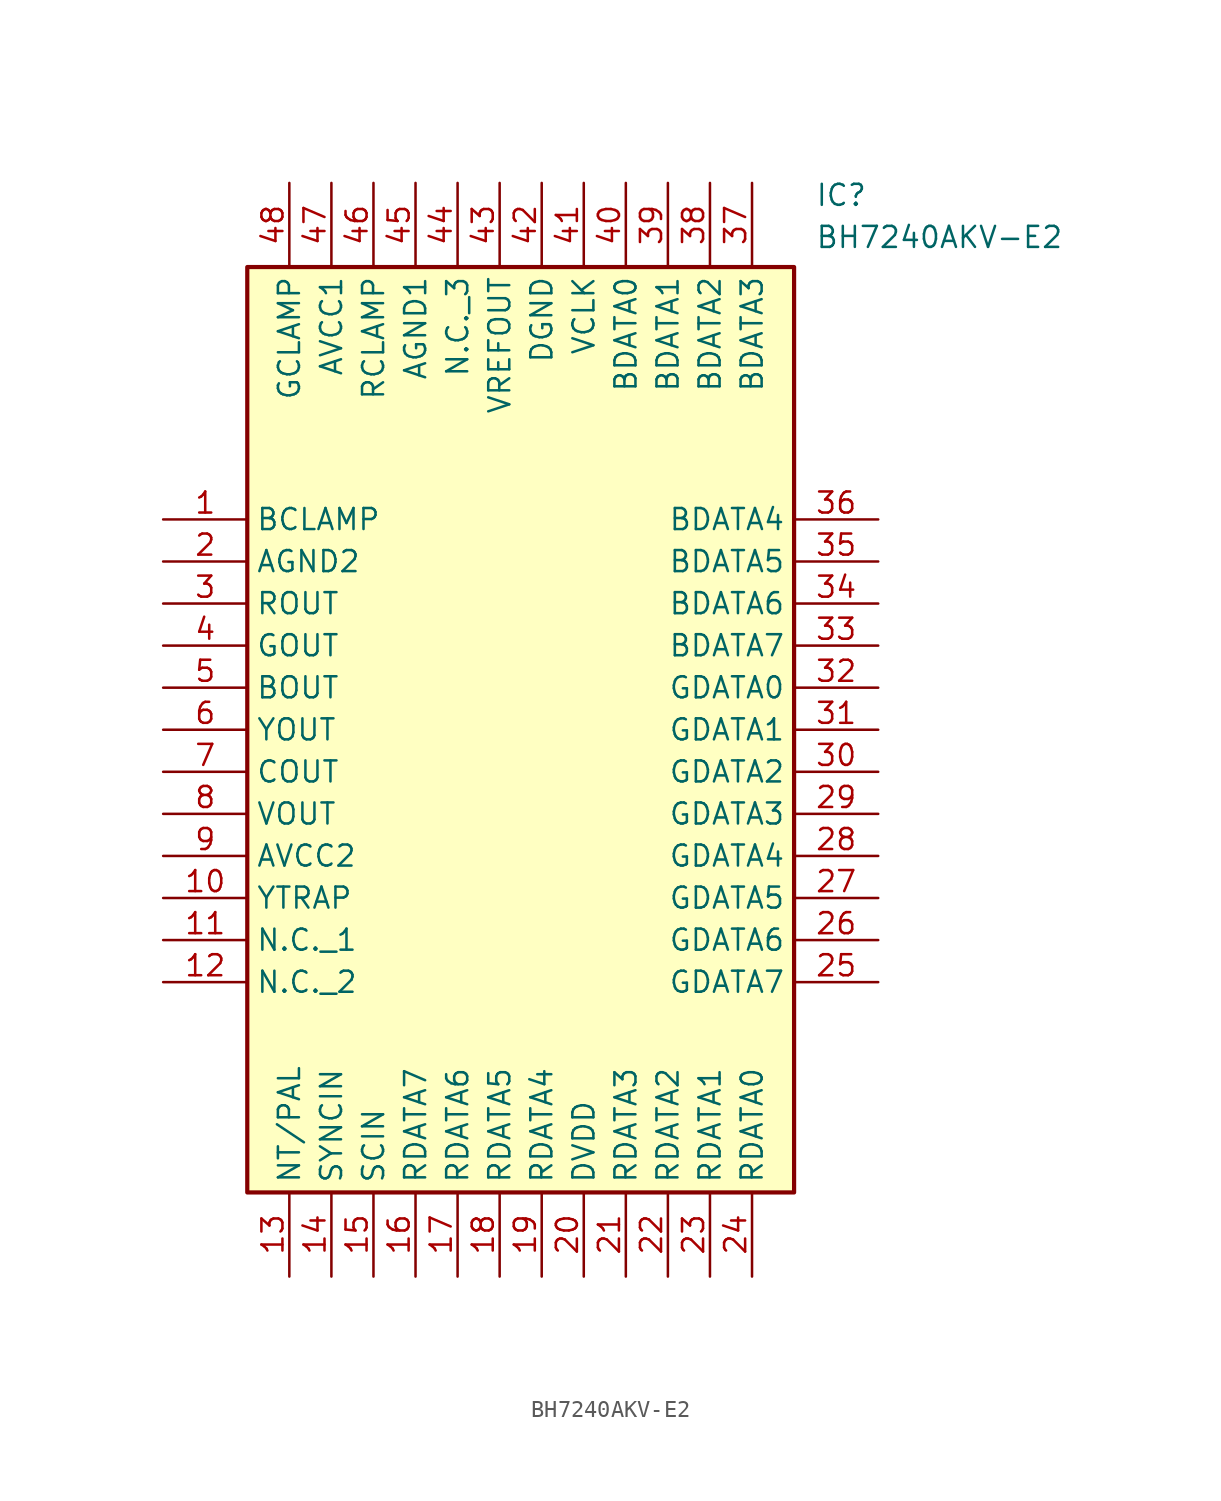
<source format=kicad_sym>
(kicad_symbol_lib
  (version 20211014)
  (generator SamacSys_ECAD_Model)
  (symbol "BH7240AKV-E2"
    (property "Reference" "IC"
      (at 39.37 20.32 0)
      (effects (font (size 1.27 1.27)) (justify left top)))
    (property "Value" "BH7240AKV-E2"
      (at 39.37 17.78 0)
      (effects (font (size 1.27 1.27)) (justify left top)))
    (rectangle
      (start 5.08 15.24)
      (end 38.1 -40.64)
      (stroke (width 0.254) (type default))
      (fill (type background)))
    (pin passive line
      (at 0 0 0)
      (length 5.08)
      (name "BCLAMP" (effects (font (size 1.27 1.27))))
      (number "1" (effects (font (size 1.27 1.27)))))
    (pin passive line
      (at 0 -2.54 0)
      (length 5.08)
      (name "AGND2" (effects (font (size 1.27 1.27))))
      (number "2" (effects (font (size 1.27 1.27)))))
    (pin passive line
      (at 0 -5.08 0)
      (length 5.08)
      (name "ROUT" (effects (font (size 1.27 1.27))))
      (number "3" (effects (font (size 1.27 1.27)))))
    (pin passive line
      (at 0 -7.62 0)
      (length 5.08)
      (name "GOUT" (effects (font (size 1.27 1.27))))
      (number "4" (effects (font (size 1.27 1.27)))))
    (pin passive line
      (at 0 -10.16 0)
      (length 5.08)
      (name "BOUT" (effects (font (size 1.27 1.27))))
      (number "5" (effects (font (size 1.27 1.27)))))
    (pin passive line
      (at 0 -12.7 0)
      (length 5.08)
      (name "YOUT" (effects (font (size 1.27 1.27))))
      (number "6" (effects (font (size 1.27 1.27)))))
    (pin passive line
      (at 0 -15.24 0)
      (length 5.08)
      (name "COUT" (effects (font (size 1.27 1.27))))
      (number "7" (effects (font (size 1.27 1.27)))))
    (pin passive line
      (at 0 -17.78 0)
      (length 5.08)
      (name "VOUT" (effects (font (size 1.27 1.27))))
      (number "8" (effects (font (size 1.27 1.27)))))
    (pin passive line
      (at 0 -20.32 0)
      (length 5.08)
      (name "AVCC2" (effects (font (size 1.27 1.27))))
      (number "9" (effects (font (size 1.27 1.27)))))
    (pin passive line
      (at 0 -22.86 0)
      (length 5.08)
      (name "YTRAP" (effects (font (size 1.27 1.27))))
      (number "10" (effects (font (size 1.27 1.27)))))
    (pin passive line
      (at 0 -25.4 0)
      (length 5.08)
      (name "N.C._1" (effects (font (size 1.27 1.27))))
      (number "11" (effects (font (size 1.27 1.27)))))
    (pin passive line
      (at 0 -27.94 0)
      (length 5.08)
      (name "N.C._2" (effects (font (size 1.27 1.27))))
      (number "12" (effects (font (size 1.27 1.27)))))
    (pin passive line
      (at 7.62 -45.72 90)
      (length 5.08)
      (name "NT/PAL" (effects (font (size 1.27 1.27))))
      (number "13" (effects (font (size 1.27 1.27)))))
    (pin passive line
      (at 10.16 -45.72 90)
      (length 5.08)
      (name "SYNCIN" (effects (font (size 1.27 1.27))))
      (number "14" (effects (font (size 1.27 1.27)))))
    (pin passive line
      (at 12.7 -45.72 90)
      (length 5.08)
      (name "SCIN" (effects (font (size 1.27 1.27))))
      (number "15" (effects (font (size 1.27 1.27)))))
    (pin passive line
      (at 15.24 -45.72 90)
      (length 5.08)
      (name "RDATA7" (effects (font (size 1.27 1.27))))
      (number "16" (effects (font (size 1.27 1.27)))))
    (pin passive line
      (at 17.78 -45.72 90)
      (length 5.08)
      (name "RDATA6" (effects (font (size 1.27 1.27))))
      (number "17" (effects (font (size 1.27 1.27)))))
    (pin passive line
      (at 20.32 -45.72 90)
      (length 5.08)
      (name "RDATA5" (effects (font (size 1.27 1.27))))
      (number "18" (effects (font (size 1.27 1.27)))))
    (pin passive line
      (at 22.86 -45.72 90)
      (length 5.08)
      (name "RDATA4" (effects (font (size 1.27 1.27))))
      (number "19" (effects (font (size 1.27 1.27)))))
    (pin passive line
      (at 25.4 -45.72 90)
      (length 5.08)
      (name "DVDD" (effects (font (size 1.27 1.27))))
      (number "20" (effects (font (size 1.27 1.27)))))
    (pin passive line
      (at 27.94 -45.72 90)
      (length 5.08)
      (name "RDATA3" (effects (font (size 1.27 1.27))))
      (number "21" (effects (font (size 1.27 1.27)))))
    (pin passive line
      (at 30.48 -45.72 90)
      (length 5.08)
      (name "RDATA2" (effects (font (size 1.27 1.27))))
      (number "22" (effects (font (size 1.27 1.27)))))
    (pin passive line
      (at 33.02 -45.72 90)
      (length 5.08)
      (name "RDATA1" (effects (font (size 1.27 1.27))))
      (number "23" (effects (font (size 1.27 1.27)))))
    (pin passive line
      (at 35.56 -45.72 90)
      (length 5.08)
      (name "RDATA0" (effects (font (size 1.27 1.27))))
      (number "24" (effects (font (size 1.27 1.27)))))
    (pin passive line
      (at 43.18 0 180)
      (length 5.08)
      (name "BDATA4" (effects (font (size 1.27 1.27))))
      (number "36" (effects (font (size 1.27 1.27)))))
    (pin passive line
      (at 43.18 -2.54 180)
      (length 5.08)
      (name "BDATA5" (effects (font (size 1.27 1.27))))
      (number "35" (effects (font (size 1.27 1.27)))))
    (pin passive line
      (at 43.18 -5.08 180)
      (length 5.08)
      (name "BDATA6" (effects (font (size 1.27 1.27))))
      (number "34" (effects (font (size 1.27 1.27)))))
    (pin passive line
      (at 43.18 -7.62 180)
      (length 5.08)
      (name "BDATA7" (effects (font (size 1.27 1.27))))
      (number "33" (effects (font (size 1.27 1.27)))))
    (pin passive line
      (at 43.18 -10.16 180)
      (length 5.08)
      (name "GDATA0" (effects (font (size 1.27 1.27))))
      (number "32" (effects (font (size 1.27 1.27)))))
    (pin passive line
      (at 43.18 -12.7 180)
      (length 5.08)
      (name "GDATA1" (effects (font (size 1.27 1.27))))
      (number "31" (effects (font (size 1.27 1.27)))))
    (pin passive line
      (at 43.18 -15.24 180)
      (length 5.08)
      (name "GDATA2" (effects (font (size 1.27 1.27))))
      (number "30" (effects (font (size 1.27 1.27)))))
    (pin passive line
      (at 43.18 -17.78 180)
      (length 5.08)
      (name "GDATA3" (effects (font (size 1.27 1.27))))
      (number "29" (effects (font (size 1.27 1.27)))))
    (pin passive line
      (at 43.18 -20.32 180)
      (length 5.08)
      (name "GDATA4" (effects (font (size 1.27 1.27))))
      (number "28" (effects (font (size 1.27 1.27)))))
    (pin passive line
      (at 43.18 -22.86 180)
      (length 5.08)
      (name "GDATA5" (effects (font (size 1.27 1.27))))
      (number "27" (effects (font (size 1.27 1.27)))))
    (pin passive line
      (at 43.18 -25.4 180)
      (length 5.08)
      (name "GDATA6" (effects (font (size 1.27 1.27))))
      (number "26" (effects (font (size 1.27 1.27)))))
    (pin passive line
      (at 43.18 -27.94 180)
      (length 5.08)
      (name "GDATA7" (effects (font (size 1.27 1.27))))
      (number "25" (effects (font (size 1.27 1.27)))))
    (pin passive line
      (at 7.62 20.32 270)
      (length 5.08)
      (name "GCLAMP" (effects (font (size 1.27 1.27))))
      (number "48" (effects (font (size 1.27 1.27)))))
    (pin passive line
      (at 10.16 20.32 270)
      (length 5.08)
      (name "AVCC1" (effects (font (size 1.27 1.27))))
      (number "47" (effects (font (size 1.27 1.27)))))
    (pin passive line
      (at 12.7 20.32 270)
      (length 5.08)
      (name "RCLAMP" (effects (font (size 1.27 1.27))))
      (number "46" (effects (font (size 1.27 1.27)))))
    (pin passive line
      (at 15.24 20.32 270)
      (length 5.08)
      (name "AGND1" (effects (font (size 1.27 1.27))))
      (number "45" (effects (font (size 1.27 1.27)))))
    (pin passive line
      (at 17.78 20.32 270)
      (length 5.08)
      (name "N.C._3" (effects (font (size 1.27 1.27))))
      (number "44" (effects (font (size 1.27 1.27)))))
    (pin passive line
      (at 20.32 20.32 270)
      (length 5.08)
      (name "VREFOUT" (effects (font (size 1.27 1.27))))
      (number "43" (effects (font (size 1.27 1.27)))))
    (pin passive line
      (at 22.86 20.32 270)
      (length 5.08)
      (name "DGND" (effects (font (size 1.27 1.27))))
      (number "42" (effects (font (size 1.27 1.27)))))
    (pin passive line
      (at 25.4 20.32 270)
      (length 5.08)
      (name "VCLK" (effects (font (size 1.27 1.27))))
      (number "41" (effects (font (size 1.27 1.27)))))
    (pin passive line
      (at 27.94 20.32 270)
      (length 5.08)
      (name "BDATA0" (effects (font (size 1.27 1.27))))
      (number "40" (effects (font (size 1.27 1.27)))))
    (pin passive line
      (at 30.48 20.32 270)
      (length 5.08)
      (name "BDATA1" (effects (font (size 1.27 1.27))))
      (number "39" (effects (font (size 1.27 1.27)))))
    (pin passive line
      (at 33.02 20.32 270)
      (length 5.08)
      (name "BDATA2" (effects (font (size 1.27 1.27))))
      (number "38" (effects (font (size 1.27 1.27)))))
    (pin passive line
      (at 35.56 20.32 270)
      (length 5.08)
      (name "BDATA3" (effects (font (size 1.27 1.27))))
      (number "37" (effects (font (size 1.27 1.27)))))))
</source>
